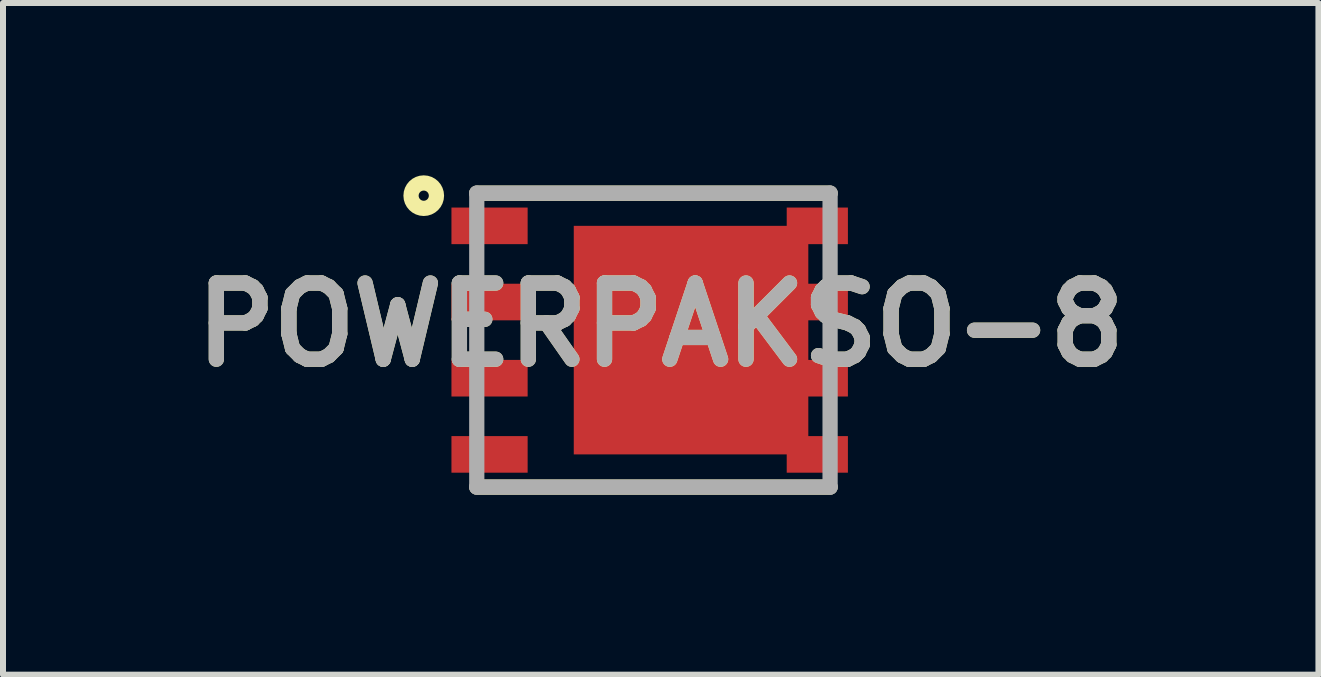
<source format=kicad_pcb>
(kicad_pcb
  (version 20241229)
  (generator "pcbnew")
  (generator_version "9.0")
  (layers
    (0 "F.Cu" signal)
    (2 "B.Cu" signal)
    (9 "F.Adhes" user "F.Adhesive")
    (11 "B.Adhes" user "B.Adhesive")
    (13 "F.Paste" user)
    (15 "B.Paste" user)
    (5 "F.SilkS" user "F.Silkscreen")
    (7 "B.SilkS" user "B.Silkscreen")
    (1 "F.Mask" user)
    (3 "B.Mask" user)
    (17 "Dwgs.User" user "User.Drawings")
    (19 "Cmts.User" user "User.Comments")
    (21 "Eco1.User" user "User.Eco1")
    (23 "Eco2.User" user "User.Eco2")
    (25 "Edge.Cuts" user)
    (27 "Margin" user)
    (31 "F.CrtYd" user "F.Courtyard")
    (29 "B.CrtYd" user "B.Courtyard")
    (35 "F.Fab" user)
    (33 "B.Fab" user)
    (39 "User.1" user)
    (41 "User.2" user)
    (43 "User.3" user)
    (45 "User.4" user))
  (footprint "POWERPAKSO-8"
    (layer "F.Cu")
    (at 7.843 2.62)
    (property "Reference" "POWERPAKSO-8" (at 0.122 -0.256 0) (layer "F.SilkS") (effects (font (size 1.27 1.27) (thickness 0.254))))
    (attr smd)
    (fp_line (start -2.945 -2.45) (end 2.945 -2.45) (stroke (width 0.254) (type solid)) (layer "F.SilkS"))
    (fp_line (start -2.945 2.45) (end 2.945 2.45) (stroke (width 0.254) (type solid)) (layer "F.SilkS"))
    (fp_circle (center -3.829 -2.408) (end -3.829 -2.323) (stroke (width 0.254) (type solid)) (fill no) (layer "F.SilkS"))
    (fp_line (start -2.945 -2.45) (end 2.945 -2.45) (stroke (width 0.254) (type solid)) (layer "F.Fab"))
    (fp_line (start -2.945 2.45) (end -2.945 -2.45) (stroke (width 0.254) (type solid)) (layer "F.Fab"))
    (fp_line (start 2.945 -2.45) (end 2.945 2.45) (stroke (width 0.254) (type solid)) (layer "F.Fab"))
    (fp_line (start 2.945 2.45) (end -2.945 2.45) (stroke (width 0.254) (type solid)) (layer "F.Fab"))
    (fp_text user "${REFERENCE}" (at 0.122 -0.256 0) (layer "F.Fab") (effects (font (size 1.27 1.27) (thickness 0.254))))
    (pad "1" smd rect (at -2.732 -1.905 90) (size 0.61 1.27) (layers "F.Cu" "F.Mask" "F.Paste"))
    (pad "2" smd rect (at -2.732 -0.635 90) (size 0.61 1.27) (layers "F.Cu" "F.Mask" "F.Paste"))
    (pad "3" smd rect (at -2.732 0.635 90) (size 0.61 1.27) (layers "F.Cu" "F.Mask" "F.Paste"))
    (pad "4" smd rect (at -2.732 1.905 90) (size 0.61 1.27) (layers "F.Cu" "F.Mask" "F.Paste"))
    (pad "5" smd rect (at 2.732 1.905 90) (size 0.61 1.02) (layers "F.Cu" "F.Mask" "F.Paste"))
    (pad "6" smd rect (at 2.732 0.635 90) (size 0.61 1.02) (layers "F.Cu" "F.Mask" "F.Paste"))
    (pad "7" smd rect (at 2.732 -0.635 90) (size 0.61 1.02) (layers "F.Cu" "F.Mask" "F.Paste"))
    (pad "8" smd rect (at 2.732 -1.905 90) (size 0.61 1.02) (layers "F.Cu" "F.Mask" "F.Paste"))
    (pad "9" smd rect (at 0.627 0 90) (size 3.81 3.91) (layers "F.Cu" "F.Mask" "F.Paste")))
  (gr_rect
    (start -3 -3)
    (end 18.929 8.197)
    (stroke (width 0.1) (type default))
    (fill no)
    (layer "Edge.Cuts")))
</source>
